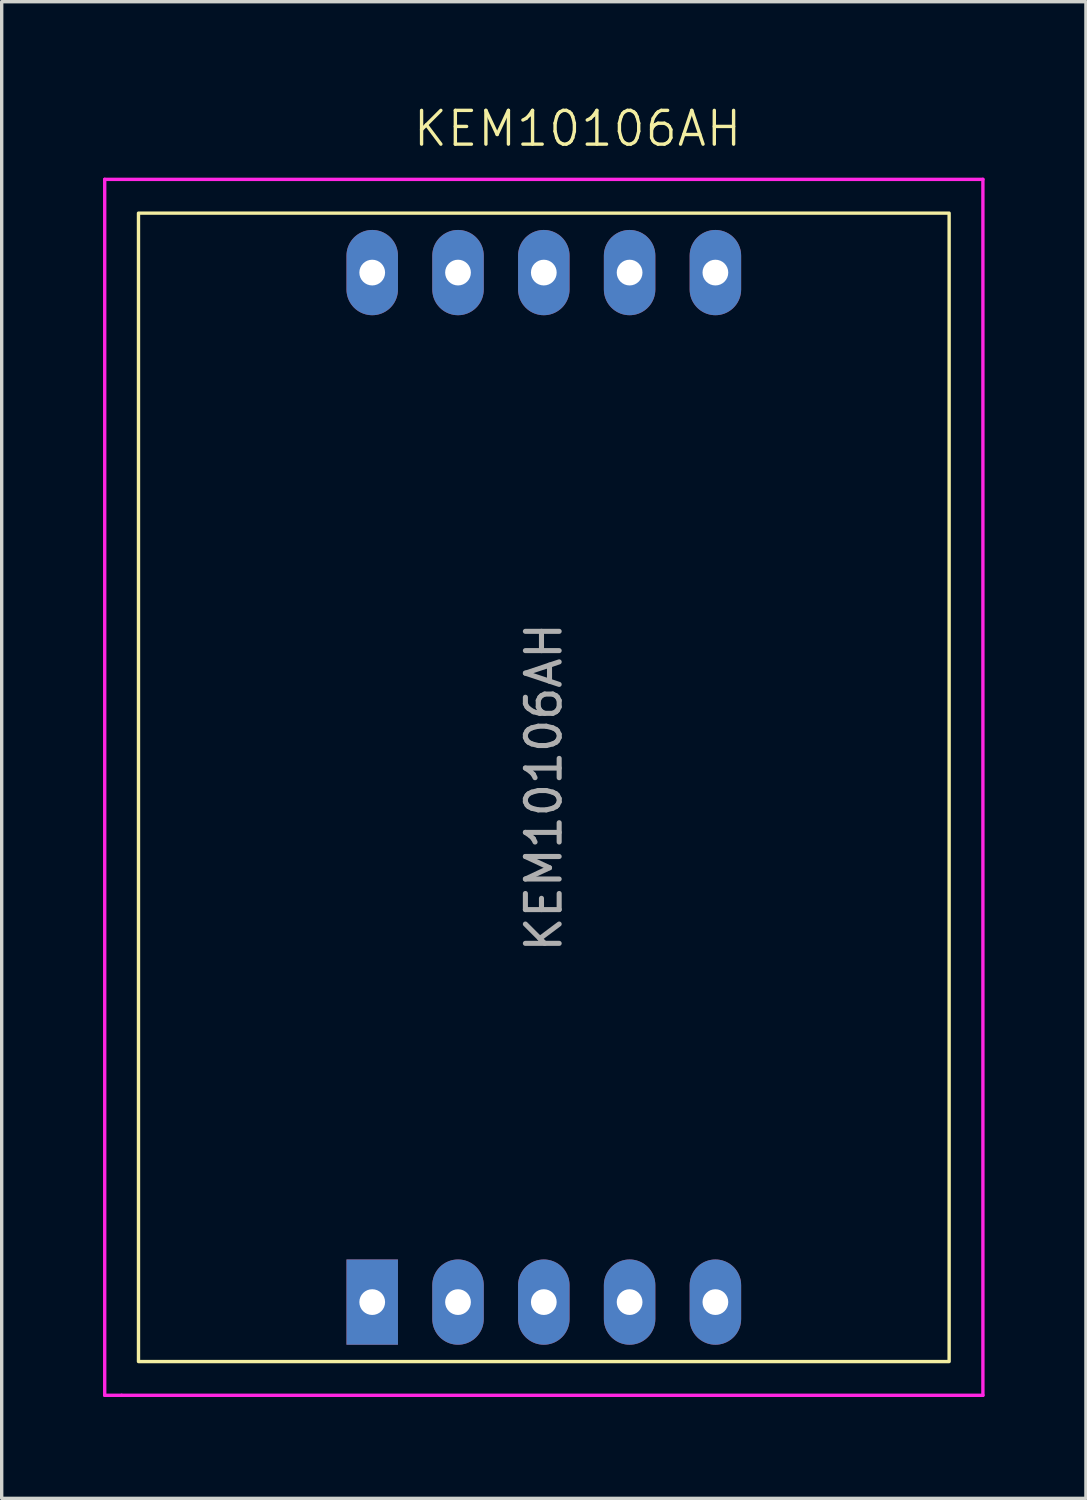
<source format=kicad_pcb>
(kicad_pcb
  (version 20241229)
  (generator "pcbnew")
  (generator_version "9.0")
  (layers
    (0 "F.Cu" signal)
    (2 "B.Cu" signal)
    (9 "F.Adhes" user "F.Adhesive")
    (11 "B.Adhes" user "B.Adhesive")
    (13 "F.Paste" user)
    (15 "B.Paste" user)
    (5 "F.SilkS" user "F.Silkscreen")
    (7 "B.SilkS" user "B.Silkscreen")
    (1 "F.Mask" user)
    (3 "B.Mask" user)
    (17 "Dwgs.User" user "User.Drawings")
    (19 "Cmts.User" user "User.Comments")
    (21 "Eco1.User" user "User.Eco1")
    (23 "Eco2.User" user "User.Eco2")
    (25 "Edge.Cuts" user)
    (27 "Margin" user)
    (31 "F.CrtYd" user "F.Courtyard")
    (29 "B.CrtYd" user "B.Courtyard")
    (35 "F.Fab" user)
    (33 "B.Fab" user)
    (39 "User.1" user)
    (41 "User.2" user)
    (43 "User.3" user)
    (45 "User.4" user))
  (footprint "KEM10106AH"
    (layer "F.Cu")
    (at 1.05 3.26)
    (property "Reference" "KEM10106AH" (at 13 -2.5 0) (unlocked yes) (layer "F.SilkS") (effects (font (size 1 1) (thickness 0.1))))
    (attr through_hole)
    (fp_rect (start 0 0) (end 24 34) (stroke (width 0.1) (type default)) (fill no) (layer "F.SilkS"))
    (fp_line (start -1 -1) (end 25 -1) (stroke (width 0.1) (type default)) (layer "F.CrtYd"))
    (fp_line (start -1 35) (end -1 -1) (stroke (width 0.1) (type default)) (layer "F.CrtYd"))
    (fp_line (start -0.5 35) (end -1 35) (stroke (width 0.1) (type default)) (layer "F.CrtYd"))
    (fp_line (start 25 -1) (end 25 35) (stroke (width 0.1) (type default)) (layer "F.CrtYd"))
    (fp_line (start 25 35) (end -0.5 35) (stroke (width 0.1) (type default)) (layer "F.CrtYd"))
    (fp_text user "${REFERENCE}" (at 12 17 90) (unlocked yes) (layer "F.Fab") (effects (font (size 1 1) (thickness 0.15))))
    (pad "1" thru_hole rect (at 6.92 32.24) (size 1.524 2.524) (drill 0.762) (layers "*.Cu" "*.Mask"))
    (pad "2" thru_hole oval (at 9.46 32.24) (size 1.524 2.524) (drill 0.762) (layers "*.Cu" "*.Mask"))
    (pad "3" thru_hole oval (at 12 32.24) (size 1.524 2.524) (drill 0.762) (layers "*.Cu" "*.Mask"))
    (pad "4" thru_hole oval (at 14.54 32.24) (size 1.524 2.524) (drill 0.762) (layers "*.Cu" "*.Mask"))
    (pad "5" thru_hole oval (at 17.08 32.24) (size 1.524 2.524) (drill 0.762) (layers "*.Cu" "*.Mask"))
    (pad "6" thru_hole oval (at 17.08 1.76) (size 1.524 2.524) (drill 0.762) (layers "*.Cu" "*.Mask"))
    (pad "7" thru_hole oval (at 14.54 1.76) (size 1.524 2.524) (drill 0.762) (layers "*.Cu" "*.Mask"))
    (pad "8" thru_hole oval (at 12 1.76) (size 1.524 2.524) (drill 0.762) (layers "*.Cu" "*.Mask"))
    (pad "9" thru_hole oval (at 9.46 1.76) (size 1.524 2.524) (drill 0.762) (layers "*.Cu" "*.Mask"))
    (pad "10" thru_hole oval (at 6.92 1.76) (size 1.524 2.524) (drill 0.762) (layers "*.Cu" "*.Mask")))
  (gr_rect
    (start -3 -3)
    (end 29.1 41.31)
    (stroke (width 0.1) (type default))
    (fill no)
    (layer "Edge.Cuts")))
</source>
